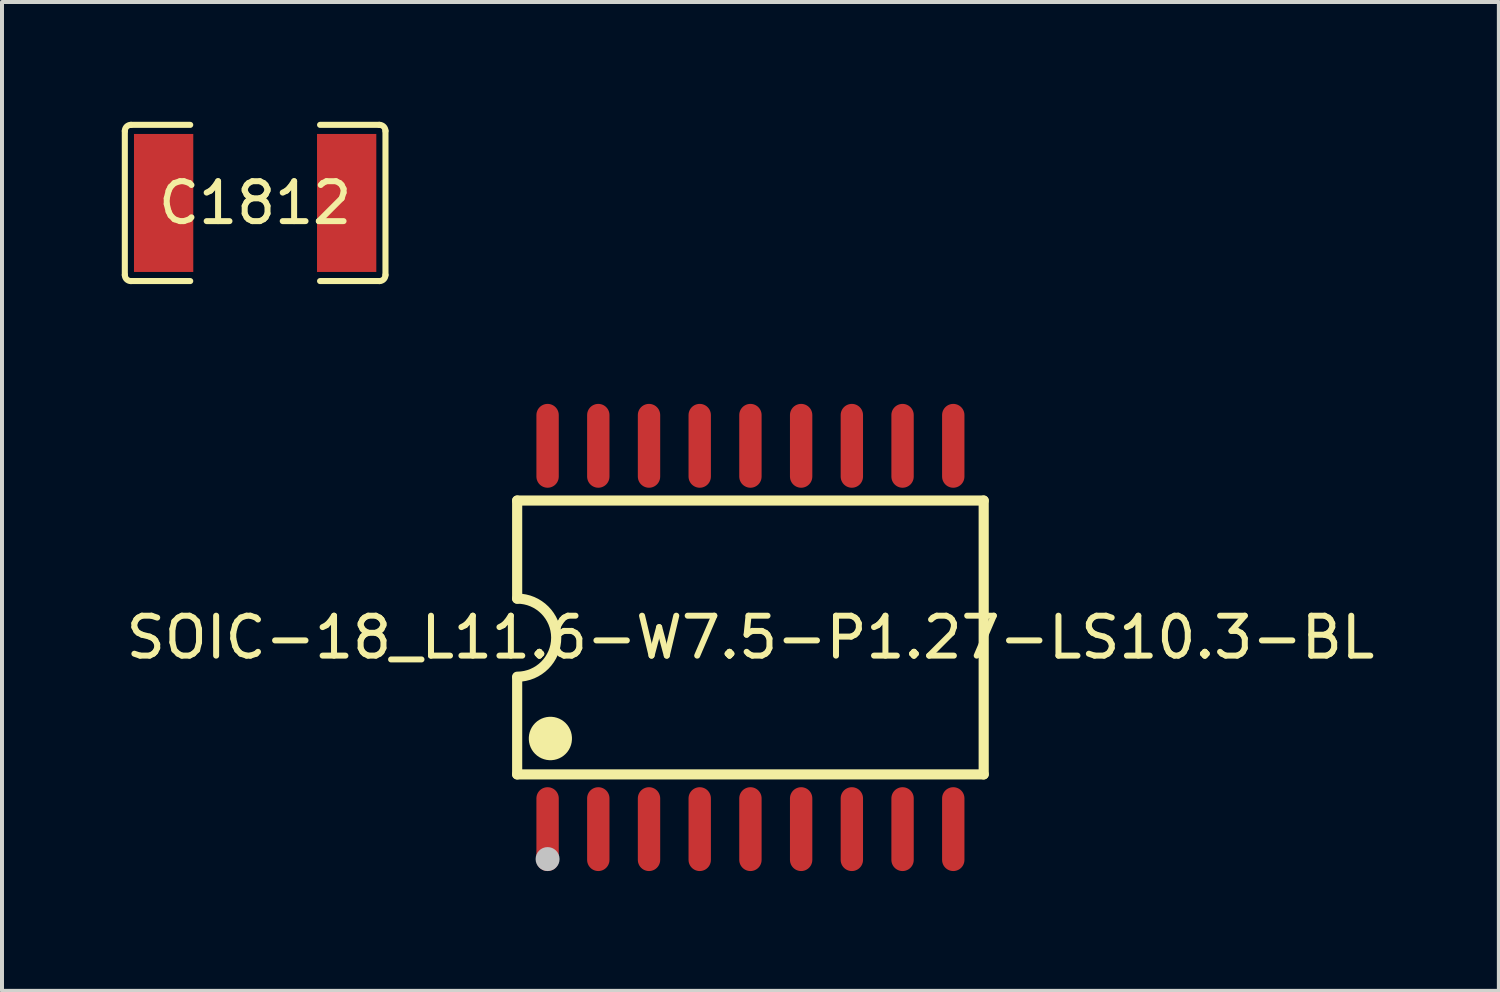
<source format=kicad_pcb>
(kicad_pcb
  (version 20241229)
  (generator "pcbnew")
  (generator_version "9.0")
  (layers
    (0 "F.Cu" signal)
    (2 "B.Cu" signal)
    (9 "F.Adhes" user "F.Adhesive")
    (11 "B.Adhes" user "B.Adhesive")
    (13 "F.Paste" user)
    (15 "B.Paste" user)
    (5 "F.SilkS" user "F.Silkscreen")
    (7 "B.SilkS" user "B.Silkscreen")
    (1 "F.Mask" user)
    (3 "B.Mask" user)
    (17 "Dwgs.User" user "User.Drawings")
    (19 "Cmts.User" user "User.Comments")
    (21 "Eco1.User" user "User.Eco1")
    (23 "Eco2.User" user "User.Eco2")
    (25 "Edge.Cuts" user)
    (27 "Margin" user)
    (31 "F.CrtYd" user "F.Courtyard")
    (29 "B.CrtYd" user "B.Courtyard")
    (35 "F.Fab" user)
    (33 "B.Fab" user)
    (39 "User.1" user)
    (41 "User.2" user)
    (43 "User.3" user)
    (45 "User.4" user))
  (footprint "C1812"
    (layer "F.Cu")
    (at 3.34 2.033)
    (property "Reference" "C1812" (at 0 0 0) (layer "F.SilkS") (effects (font (size 1 1) (thickness 0.15))))
    (fp_line (start -3.264 1.804) (end -3.264 -1.804) (stroke (width 0.152) (type default)) (layer "F.SilkS"))
    (fp_line (start -3.111 -1.956) (end -1.626 -1.956) (stroke (width 0.152) (type default)) (layer "F.SilkS"))
    (fp_line (start -1.626 1.956) (end -3.111 1.956) (stroke (width 0.152) (type default)) (layer "F.SilkS"))
    (fp_line (start 1.626 1.956) (end 3.111 1.956) (stroke (width 0.152) (type default)) (layer "F.SilkS"))
    (fp_line (start 3.111 -1.956) (end 1.626 -1.956) (stroke (width 0.152) (type default)) (layer "F.SilkS"))
    (fp_line (start 3.264 1.804) (end 3.264 -1.804) (stroke (width 0.152) (type default)) (layer "F.SilkS"))
    (fp_arc (start -3.2635 -1.804) (mid -3.218834 -1.911834) (end -3.111 -1.9565) (stroke (width 0.1525) (type default)) (layer "F.SilkS"))
    (fp_arc (start -3.111 1.9565) (mid -3.218834 1.911834) (end -3.2635 1.804) (stroke (width 0.1525) (type default)) (layer "F.SilkS"))
    (fp_arc (start 3.111 -1.9565) (mid 3.218834 -1.911834) (end 3.2635 -1.804) (stroke (width 0.1525) (type default)) (layer "F.SilkS"))
    (fp_arc (start 3.2635 1.804) (mid 3.218834 1.911834) (end 3.111 1.9565) (stroke (width 0.1525) (type default)) (layer "F.SilkS"))
    (fp_poly (pts (xy -1.55 1.628) (xy -1.55 0.688) (xy -1.65 0.588) (xy -1.955 0.588) (xy -2.055 0.487) (xy -2.055 -0.487) (xy -1.955 -0.588) (xy -1.65 -0.588) (xy -1.55 -0.688) (xy -1.55 -1.628) (xy -1.65 -1.728) (xy -2.935 -1.728) (xy -3.035 -1.628) (xy -3.035 1.628) (xy -2.935 1.728) (xy -1.65 1.728)) (stroke (width 0) (type default)) (fill yes) (layer "F.Paste"))
    (fp_poly (pts (xy 1.55 1.628) (xy 1.55 0.688) (xy 1.65 0.588) (xy 1.955 0.588) (xy 2.055 0.487) (xy 2.055 -0.487) (xy 1.955 -0.588) (xy 1.65 -0.588) (xy 1.55 -0.688) (xy 1.55 -1.628) (xy 1.65 -1.728) (xy 2.935 -1.728) (xy 3.035 -1.628) (xy 3.035 1.628) (xy 2.935 1.728) (xy 1.65 1.728)) (stroke (width 0) (type default)) (fill yes) (layer "F.Paste"))
    (fp_poly (pts (xy -2.3 1.6) (xy -2.3 -1.6) (xy -1.8 -1.6) (xy -1.8 1.6)) (stroke (width 0.1) (type default)) (fill no) (layer "User.1"))
    (fp_poly (pts (xy 2.3 1.6) (xy 2.3 -1.6) (xy 1.8 -1.6) (xy 1.8 1.6)) (stroke (width 0.1) (type default)) (fill no) (layer "User.1"))
    (fp_line (start -2.3 -1.6) (end 2.3 -1.6) (stroke (width 0.051) (type default)) (layer "User.2"))
    (fp_line (start -2.3 1.6) (end -2.3 -1.6) (stroke (width 0.051) (type default)) (layer "User.2"))
    (fp_line (start 2.3 -1.6) (end 2.3 1.6) (stroke (width 0.051) (type default)) (layer "User.2"))
    (fp_line (start 2.3 1.6) (end -2.3 1.6) (stroke (width 0.051) (type default)) (layer "User.2"))
    (fp_poly (pts (xy -2.245 1.577) (xy -2.277 1.545) (xy -2.323 1.545) (xy -2.355 1.577) (xy -2.355 1.623) (xy -2.323 1.655) (xy -2.277 1.655) (xy -2.245 1.623)) (stroke (width 0.1) (type default)) (fill no) (layer "User.3"))
    (pad "1" smd rect (at -2.292 0) (size 1.485 3.456) (layers "F.Cu" "F.Mask" "F.Paste"))
    (pad "2" smd rect (at 2.292 0) (size 1.485 3.456) (layers "F.Cu" "F.Mask" "F.Paste")))
  (footprint "SOIC-18_L11.6-W7.5-P1.27-LS10.3-BL"
    (layer "F.Cu")
    (at 15.744 12.915)
    (property "Reference" "SOIC-18_L11.6-W7.5-P1.27-LS10.3-BL" (at 0 0 0) (layer "F.SilkS") (effects (font (size 1 1) (thickness 0.15))))
    (fp_line (start -5.842 -3.429) (end -5.842 -0.973) (stroke (width 0.254) (type default)) (layer "F.SilkS"))
    (fp_line (start -5.842 -3.429) (end 5.842 -3.429) (stroke (width 0.254) (type default)) (layer "F.SilkS"))
    (fp_line (start -5.842 3.429) (end -5.842 1.01) (stroke (width 0.254) (type default)) (layer "F.SilkS"))
    (fp_line (start 5.842 -3.429) (end 5.842 3.429) (stroke (width 0.254) (type default)) (layer "F.SilkS"))
    (fp_line (start 5.842 3.429) (end -5.842 3.429) (stroke (width 0.254) (type default)) (layer "F.SilkS"))
    (fp_arc (start -5.842 -0.973) (mid -4.864 0.005) (end -5.842 0.983) (stroke (width 0.254) (type default)) (layer "F.SilkS"))
    (fp_poly (pts (arc (start -5.55 2.53) (mid -5.01 1.986489) (end -4.47 2.53)) (arc (start -4.47 2.53) (mid -5.01 3.073511) (end -5.55 2.53))) (stroke (width 0) (type default)) (fill yes) (layer "F.SilkS"))
    (fp_circle (center -5.08 5.55) (end -4.93 5.55) (stroke (width 0.3) (type default)) (fill no) (layer "Dwgs.User"))
    (fp_poly (pts (xy -5.28 -5.15) (xy -5.28 -4.45) (xy -4.88 -4.45) (xy -4.88 -5.15)) (stroke (width 0.1) (type default)) (fill no) (layer "User.1"))
    (fp_poly (pts (xy -5.28 -4.46) (xy -5.28 -3.49) (xy -4.88 -3.49) (xy -4.88 -4.46)) (stroke (width 0.1) (type default)) (fill no) (layer "User.1"))
    (fp_poly (pts (xy -5.28 4.46) (xy -5.28 3.49) (xy -4.88 3.49) (xy -4.88 4.46)) (stroke (width 0.1) (type default)) (fill no) (layer "User.1"))
    (fp_poly (pts (xy -5.28 5.15) (xy -5.28 4.45) (xy -4.88 4.45) (xy -4.88 5.15)) (stroke (width 0.1) (type default)) (fill no) (layer "User.1"))
    (fp_poly (pts (xy -4.01 -5.15) (xy -4.01 -4.45) (xy -3.61 -4.45) (xy -3.61 -5.15)) (stroke (width 0.1) (type default)) (fill no) (layer "User.1"))
    (fp_poly (pts (xy -4.01 -4.46) (xy -4.01 -3.49) (xy -3.61 -3.49) (xy -3.61 -4.46)) (stroke (width 0.1) (type default)) (fill no) (layer "User.1"))
    (fp_poly (pts (xy -4.01 4.46) (xy -4.01 3.49) (xy -3.61 3.49) (xy -3.61 4.46)) (stroke (width 0.1) (type default)) (fill no) (layer "User.1"))
    (fp_poly (pts (xy -4.01 5.15) (xy -4.01 4.45) (xy -3.61 4.45) (xy -3.61 5.15)) (stroke (width 0.1) (type default)) (fill no) (layer "User.1"))
    (fp_poly (pts (xy -2.74 -5.15) (xy -2.74 -4.45) (xy -2.34 -4.45) (xy -2.34 -5.15)) (stroke (width 0.1) (type default)) (fill no) (layer "User.1"))
    (fp_poly (pts (xy -2.74 -4.46) (xy -2.74 -3.49) (xy -2.34 -3.49) (xy -2.34 -4.46)) (stroke (width 0.1) (type default)) (fill no) (layer "User.1"))
    (fp_poly (pts (xy -2.74 4.46) (xy -2.74 3.49) (xy -2.34 3.49) (xy -2.34 4.46)) (stroke (width 0.1) (type default)) (fill no) (layer "User.1"))
    (fp_poly (pts (xy -2.74 5.15) (xy -2.74 4.45) (xy -2.34 4.45) (xy -2.34 5.15)) (stroke (width 0.1) (type default)) (fill no) (layer "User.1"))
    (fp_poly (pts (xy -1.47 -5.15) (xy -1.47 -4.45) (xy -1.07 -4.45) (xy -1.07 -5.15)) (stroke (width 0.1) (type default)) (fill no) (layer "User.1"))
    (fp_poly (pts (xy -1.47 -4.46) (xy -1.47 -3.49) (xy -1.07 -3.49) (xy -1.07 -4.46)) (stroke (width 0.1) (type default)) (fill no) (layer "User.1"))
    (fp_poly (pts (xy -1.47 4.46) (xy -1.47 3.49) (xy -1.07 3.49) (xy -1.07 4.46)) (stroke (width 0.1) (type default)) (fill no) (layer "User.1"))
    (fp_poly (pts (xy -1.47 5.15) (xy -1.47 4.45) (xy -1.07 4.45) (xy -1.07 5.15)) (stroke (width 0.1) (type default)) (fill no) (layer "User.1"))
    (fp_poly (pts (xy -0.2 -5.15) (xy -0.2 -4.45) (xy 0.2 -4.45) (xy 0.2 -5.15)) (stroke (width 0.1) (type default)) (fill no) (layer "User.1"))
    (fp_poly (pts (xy -0.2 -4.46) (xy -0.2 -3.49) (xy 0.2 -3.49) (xy 0.2 -4.46)) (stroke (width 0.1) (type default)) (fill no) (layer "User.1"))
    (fp_poly (pts (xy -0.2 4.46) (xy -0.2 3.49) (xy 0.2 3.49) (xy 0.2 4.46)) (stroke (width 0.1) (type default)) (fill no) (layer "User.1"))
    (fp_poly (pts (xy -0.2 5.15) (xy -0.2 4.45) (xy 0.2 4.45) (xy 0.2 5.15)) (stroke (width 0.1) (type default)) (fill no) (layer "User.1"))
    (fp_poly (pts (xy 1.07 -5.15) (xy 1.07 -4.45) (xy 1.47 -4.45) (xy 1.47 -5.15)) (stroke (width 0.1) (type default)) (fill no) (layer "User.1"))
    (fp_poly (pts (xy 1.07 -4.46) (xy 1.07 -3.49) (xy 1.47 -3.49) (xy 1.47 -4.46)) (stroke (width 0.1) (type default)) (fill no) (layer "User.1"))
    (fp_poly (pts (xy 1.07 4.46) (xy 1.07 3.49) (xy 1.47 3.49) (xy 1.47 4.46)) (stroke (width 0.1) (type default)) (fill no) (layer "User.1"))
    (fp_poly (pts (xy 1.07 5.15) (xy 1.07 4.45) (xy 1.47 4.45) (xy 1.47 5.15)) (stroke (width 0.1) (type default)) (fill no) (layer "User.1"))
    (fp_poly (pts (xy 2.34 -5.15) (xy 2.34 -4.45) (xy 2.74 -4.45) (xy 2.74 -5.15)) (stroke (width 0.1) (type default)) (fill no) (layer "User.1"))
    (fp_poly (pts (xy 2.34 -4.46) (xy 2.34 -3.49) (xy 2.74 -3.49) (xy 2.74 -4.46)) (stroke (width 0.1) (type default)) (fill no) (layer "User.1"))
    (fp_poly (pts (xy 2.34 4.46) (xy 2.34 3.49) (xy 2.74 3.49) (xy 2.74 4.46)) (stroke (width 0.1) (type default)) (fill no) (layer "User.1"))
    (fp_poly (pts (xy 2.34 5.15) (xy 2.34 4.45) (xy 2.74 4.45) (xy 2.74 5.15)) (stroke (width 0.1) (type default)) (fill no) (layer "User.1"))
    (fp_poly (pts (xy 3.61 -5.15) (xy 3.61 -4.45) (xy 4.01 -4.45) (xy 4.01 -5.15)) (stroke (width 0.1) (type default)) (fill no) (layer "User.1"))
    (fp_poly (pts (xy 3.61 -4.46) (xy 3.61 -3.49) (xy 4.01 -3.49) (xy 4.01 -4.46)) (stroke (width 0.1) (type default)) (fill no) (layer "User.1"))
    (fp_poly (pts (xy 3.61 4.46) (xy 3.61 3.49) (xy 4.01 3.49) (xy 4.01 4.46)) (stroke (width 0.1) (type default)) (fill no) (layer "User.1"))
    (fp_poly (pts (xy 3.61 5.15) (xy 3.61 4.45) (xy 4.01 4.45) (xy 4.01 5.15)) (stroke (width 0.1) (type default)) (fill no) (layer "User.1"))
    (fp_poly (pts (xy 4.88 -5.15) (xy 4.88 -4.45) (xy 5.28 -4.45) (xy 5.28 -5.15)) (stroke (width 0.1) (type default)) (fill no) (layer "User.1"))
    (fp_poly (pts (xy 4.88 -4.46) (xy 4.88 -3.49) (xy 5.28 -3.49) (xy 5.28 -4.46)) (stroke (width 0.1) (type default)) (fill no) (layer "User.1"))
    (fp_poly (pts (xy 4.88 4.46) (xy 4.88 3.49) (xy 5.28 3.49) (xy 5.28 4.46)) (stroke (width 0.1) (type default)) (fill no) (layer "User.1"))
    (fp_poly (pts (xy 4.88 5.15) (xy 4.88 4.45) (xy 5.28 4.45) (xy 5.28 5.15)) (stroke (width 0.1) (type default)) (fill no) (layer "User.1"))
    (fp_line (start -5.775 -3.75) (end 5.775 -3.75) (stroke (width 0.051) (type default)) (layer "User.2"))
    (fp_line (start -5.775 3.75) (end -5.775 -3.75) (stroke (width 0.051) (type default)) (layer "User.2"))
    (fp_line (start 5.775 -3.75) (end 5.776 3.75) (stroke (width 0.051) (type default)) (layer "User.2"))
    (fp_line (start 5.776 3.75) (end -5.775 3.75) (stroke (width 0.051) (type default)) (layer "User.2"))
    (fp_poly (pts (xy -5.015 2.527) (xy -5.047 2.495) (xy -5.093 2.495) (xy -5.125 2.527) (xy -5.125 2.573) (xy -5.093 2.605) (xy -5.047 2.605) (xy -5.015 2.573)) (stroke (width 0.1) (type default)) (fill no) (layer "User.3"))
    (pad "1" smd oval (at -5.08 4.8) (size 0.56 2.1) (layers "F.Cu" "F.Mask" "F.Paste"))
    (pad "2" smd oval (at -3.81 4.8) (size 0.56 2.1) (layers "F.Cu" "F.Mask" "F.Paste"))
    (pad "3" smd oval (at -2.54 4.8) (size 0.56 2.1) (layers "F.Cu" "F.Mask" "F.Paste"))
    (pad "4" smd oval (at -1.27 4.8) (size 0.56 2.1) (layers "F.Cu" "F.Mask" "F.Paste"))
    (pad "5" smd oval (at 0 4.8) (size 0.56 2.1) (layers "F.Cu" "F.Mask" "F.Paste"))
    (pad "6" smd oval (at 1.27 4.8) (size 0.56 2.1) (layers "F.Cu" "F.Mask" "F.Paste"))
    (pad "7" smd oval (at 2.54 4.8) (size 0.56 2.1) (layers "F.Cu" "F.Mask" "F.Paste"))
    (pad "8" smd oval (at 3.81 4.8) (size 0.56 2.1) (layers "F.Cu" "F.Mask" "F.Paste"))
    (pad "9" smd oval (at 5.08 4.8) (size 0.56 2.1) (layers "F.Cu" "F.Mask" "F.Paste"))
    (pad "10" smd oval (at 5.08 -4.8) (size 0.56 2.1) (layers "F.Cu" "F.Mask" "F.Paste"))
    (pad "11" smd oval (at 3.81 -4.8) (size 0.56 2.1) (layers "F.Cu" "F.Mask" "F.Paste"))
    (pad "12" smd oval (at 2.54 -4.8) (size 0.56 2.1) (layers "F.Cu" "F.Mask" "F.Paste"))
    (pad "13" smd oval (at 1.27 -4.8) (size 0.56 2.1) (layers "F.Cu" "F.Mask" "F.Paste"))
    (pad "14" smd oval (at 0 -4.8) (size 0.56 2.1) (layers "F.Cu" "F.Mask" "F.Paste"))
    (pad "15" smd oval (at -1.27 -4.8) (size 0.56 2.1) (layers "F.Cu" "F.Mask" "F.Paste"))
    (pad "16" smd oval (at -2.54 -4.8) (size 0.56 2.1) (layers "F.Cu" "F.Mask" "F.Paste"))
    (pad "17" smd oval (at -3.81 -4.8) (size 0.56 2.1) (layers "F.Cu" "F.Mask" "F.Paste"))
    (pad "18" smd oval (at -5.08 -4.8) (size 0.56 2.1) (layers "F.Cu" "F.Mask" "F.Paste")))
  (gr_rect
    (start -3 -3)
    (end 34.488 21.765)
    (stroke (width 0.1) (type default))
    (fill no)
    (layer "Edge.Cuts")))
</source>
